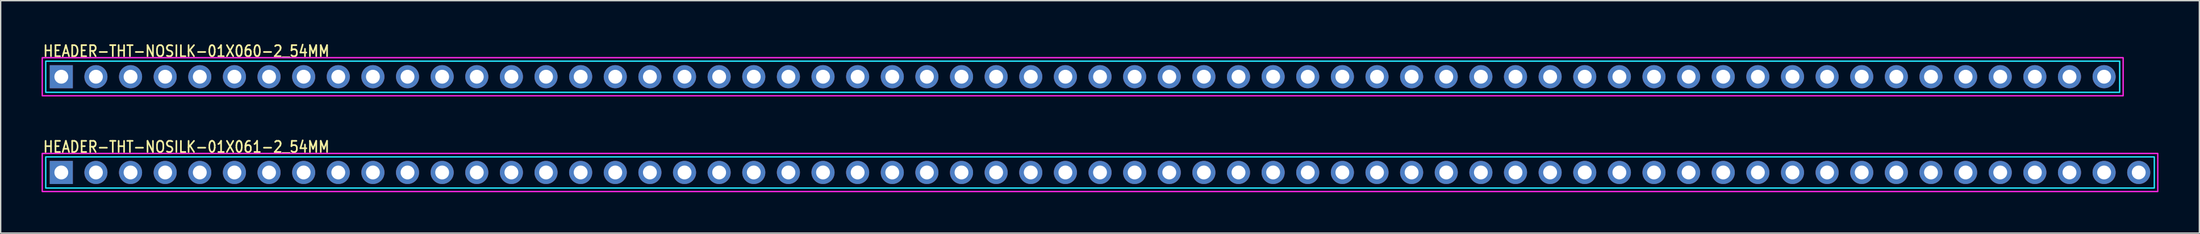
<source format=kicad_pcb>
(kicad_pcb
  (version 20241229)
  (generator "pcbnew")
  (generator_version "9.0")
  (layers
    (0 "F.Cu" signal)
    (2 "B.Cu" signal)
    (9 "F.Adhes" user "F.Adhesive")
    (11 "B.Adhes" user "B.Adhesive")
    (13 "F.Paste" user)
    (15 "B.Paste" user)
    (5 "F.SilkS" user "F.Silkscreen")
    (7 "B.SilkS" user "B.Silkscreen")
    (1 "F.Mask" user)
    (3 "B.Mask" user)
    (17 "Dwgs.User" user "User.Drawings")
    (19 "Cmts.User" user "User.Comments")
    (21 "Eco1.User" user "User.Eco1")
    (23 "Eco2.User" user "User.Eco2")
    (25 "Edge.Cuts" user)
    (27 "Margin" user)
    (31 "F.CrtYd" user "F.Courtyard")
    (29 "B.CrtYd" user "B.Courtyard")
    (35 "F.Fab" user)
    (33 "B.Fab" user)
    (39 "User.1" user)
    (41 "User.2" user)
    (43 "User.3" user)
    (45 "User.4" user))
  (footprint "HEADER-THT-NOSILK-01X061-2_54MM"
    (layer "F.Cu")
    (at 1.447 9.604)
    (property "Reference" "HEADER-THT-NOSILK-01X061-2_54MM" (at -1.4 -1.4 0) (unlocked yes) (layer "F.SilkS") (effects (font (size 0.813 0.695) (thickness 0.122)) (justify left bottom)))
    (fp_poly (pts (xy -1.143 -1.143) (xy 153.543 -1.143) (xy 153.543 1.143) (xy -1.143 1.143)) (stroke (width 0.1) (type solid)) (fill no) (layer "B.CrtYd"))
    (fp_poly (pts (xy -1.397 -1.397) (xy 153.797 -1.397) (xy 153.797 1.397) (xy -1.397 1.397)) (stroke (width 0.1) (type solid)) (fill no) (layer "F.CrtYd"))
    (pad "P$1" thru_hole rect (at 0 0) (size 1.693 1.693) (drill 1.016) (layers "*.Cu" "*.Mask"))
    (pad "P$2" thru_hole oval (at 2.54 0) (size 1.693 1.693) (drill 1.016) (layers "*.Cu" "*.Mask"))
    (pad "P$3" thru_hole oval (at 5.08 0) (size 1.693 1.693) (drill 1.016) (layers "*.Cu" "*.Mask"))
    (pad "P$4" thru_hole oval (at 7.62 0) (size 1.693 1.693) (drill 1.016) (layers "*.Cu" "*.Mask"))
    (pad "P$5" thru_hole oval (at 10.16 0) (size 1.693 1.693) (drill 1.016) (layers "*.Cu" "*.Mask"))
    (pad "P$6" thru_hole oval (at 12.7 0) (size 1.693 1.693) (drill 1.016) (layers "*.Cu" "*.Mask"))
    (pad "P$7" thru_hole oval (at 15.24 0) (size 1.693 1.693) (drill 1.016) (layers "*.Cu" "*.Mask"))
    (pad "P$8" thru_hole oval (at 17.78 0) (size 1.693 1.693) (drill 1.016) (layers "*.Cu" "*.Mask"))
    (pad "P$9" thru_hole oval (at 20.32 0) (size 1.693 1.693) (drill 1.016) (layers "*.Cu" "*.Mask"))
    (pad "P$10" thru_hole oval (at 22.86 0) (size 1.693 1.693) (drill 1.016) (layers "*.Cu" "*.Mask"))
    (pad "P$11" thru_hole oval (at 25.4 0) (size 1.693 1.693) (drill 1.016) (layers "*.Cu" "*.Mask"))
    (pad "P$12" thru_hole oval (at 27.94 0) (size 1.693 1.693) (drill 1.016) (layers "*.Cu" "*.Mask"))
    (pad "P$13" thru_hole oval (at 30.48 0) (size 1.693 1.693) (drill 1.016) (layers "*.Cu" "*.Mask"))
    (pad "P$14" thru_hole oval (at 33.02 0) (size 1.693 1.693) (drill 1.016) (layers "*.Cu" "*.Mask"))
    (pad "P$15" thru_hole oval (at 35.56 0) (size 1.693 1.693) (drill 1.016) (layers "*.Cu" "*.Mask"))
    (pad "P$16" thru_hole oval (at 38.1 0) (size 1.693 1.693) (drill 1.016) (layers "*.Cu" "*.Mask"))
    (pad "P$17" thru_hole oval (at 40.64 0) (size 1.693 1.693) (drill 1.016) (layers "*.Cu" "*.Mask"))
    (pad "P$18" thru_hole oval (at 43.18 0) (size 1.693 1.693) (drill 1.016) (layers "*.Cu" "*.Mask"))
    (pad "P$19" thru_hole oval (at 45.72 0) (size 1.693 1.693) (drill 1.016) (layers "*.Cu" "*.Mask"))
    (pad "P$20" thru_hole oval (at 48.26 0) (size 1.693 1.693) (drill 1.016) (layers "*.Cu" "*.Mask"))
    (pad "P$21" thru_hole oval (at 50.8 0) (size 1.693 1.693) (drill 1.016) (layers "*.Cu" "*.Mask"))
    (pad "P$22" thru_hole oval (at 53.34 0) (size 1.693 1.693) (drill 1.016) (layers "*.Cu" "*.Mask"))
    (pad "P$23" thru_hole oval (at 55.88 0) (size 1.693 1.693) (drill 1.016) (layers "*.Cu" "*.Mask"))
    (pad "P$24" thru_hole oval (at 58.42 0) (size 1.693 1.693) (drill 1.016) (layers "*.Cu" "*.Mask"))
    (pad "P$25" thru_hole oval (at 60.96 0) (size 1.693 1.693) (drill 1.016) (layers "*.Cu" "*.Mask"))
    (pad "P$26" thru_hole oval (at 63.5 0) (size 1.693 1.693) (drill 1.016) (layers "*.Cu" "*.Mask"))
    (pad "P$27" thru_hole oval (at 66.04 0) (size 1.693 1.693) (drill 1.016) (layers "*.Cu" "*.Mask"))
    (pad "P$28" thru_hole oval (at 68.58 0) (size 1.693 1.693) (drill 1.016) (layers "*.Cu" "*.Mask"))
    (pad "P$29" thru_hole oval (at 71.12 0) (size 1.693 1.693) (drill 1.016) (layers "*.Cu" "*.Mask"))
    (pad "P$30" thru_hole oval (at 73.66 0) (size 1.693 1.693) (drill 1.016) (layers "*.Cu" "*.Mask"))
    (pad "P$31" thru_hole oval (at 76.2 0) (size 1.693 1.693) (drill 1.016) (layers "*.Cu" "*.Mask"))
    (pad "P$32" thru_hole oval (at 78.74 0) (size 1.693 1.693) (drill 1.016) (layers "*.Cu" "*.Mask"))
    (pad "P$33" thru_hole oval (at 81.28 0) (size 1.693 1.693) (drill 1.016) (layers "*.Cu" "*.Mask"))
    (pad "P$34" thru_hole oval (at 83.82 0) (size 1.693 1.693) (drill 1.016) (layers "*.Cu" "*.Mask"))
    (pad "P$35" thru_hole oval (at 86.36 0) (size 1.693 1.693) (drill 1.016) (layers "*.Cu" "*.Mask"))
    (pad "P$36" thru_hole oval (at 88.9 0) (size 1.693 1.693) (drill 1.016) (layers "*.Cu" "*.Mask"))
    (pad "P$37" thru_hole oval (at 91.44 0) (size 1.693 1.693) (drill 1.016) (layers "*.Cu" "*.Mask"))
    (pad "P$38" thru_hole oval (at 93.98 0) (size 1.693 1.693) (drill 1.016) (layers "*.Cu" "*.Mask"))
    (pad "P$39" thru_hole oval (at 96.52 0) (size 1.693 1.693) (drill 1.016) (layers "*.Cu" "*.Mask"))
    (pad "P$40" thru_hole oval (at 99.06 0) (size 1.693 1.693) (drill 1.016) (layers "*.Cu" "*.Mask"))
    (pad "P$41" thru_hole oval (at 101.6 0) (size 1.693 1.693) (drill 1.016) (layers "*.Cu" "*.Mask"))
    (pad "P$42" thru_hole oval (at 104.14 0) (size 1.693 1.693) (drill 1.016) (layers "*.Cu" "*.Mask"))
    (pad "P$43" thru_hole oval (at 106.68 0) (size 1.693 1.693) (drill 1.016) (layers "*.Cu" "*.Mask"))
    (pad "P$44" thru_hole oval (at 109.22 0) (size 1.693 1.693) (drill 1.016) (layers "*.Cu" "*.Mask"))
    (pad "P$45" thru_hole oval (at 111.76 0) (size 1.693 1.693) (drill 1.016) (layers "*.Cu" "*.Mask"))
    (pad "P$46" thru_hole oval (at 114.3 0) (size 1.693 1.693) (drill 1.016) (layers "*.Cu" "*.Mask"))
    (pad "P$47" thru_hole oval (at 116.84 0) (size 1.693 1.693) (drill 1.016) (layers "*.Cu" "*.Mask"))
    (pad "P$48" thru_hole oval (at 119.38 0) (size 1.693 1.693) (drill 1.016) (layers "*.Cu" "*.Mask"))
    (pad "P$49" thru_hole oval (at 121.92 0) (size 1.693 1.693) (drill 1.016) (layers "*.Cu" "*.Mask"))
    (pad "P$50" thru_hole oval (at 124.46 0) (size 1.693 1.693) (drill 1.016) (layers "*.Cu" "*.Mask"))
    (pad "P$51" thru_hole oval (at 127 0) (size 1.693 1.693) (drill 1.016) (layers "*.Cu" "*.Mask"))
    (pad "P$52" thru_hole oval (at 129.54 0) (size 1.693 1.693) (drill 1.016) (layers "*.Cu" "*.Mask"))
    (pad "P$53" thru_hole oval (at 132.08 0) (size 1.693 1.693) (drill 1.016) (layers "*.Cu" "*.Mask"))
    (pad "P$54" thru_hole oval (at 134.62 0) (size 1.693 1.693) (drill 1.016) (layers "*.Cu" "*.Mask"))
    (pad "P$55" thru_hole oval (at 137.16 0) (size 1.693 1.693) (drill 1.016) (layers "*.Cu" "*.Mask"))
    (pad "P$56" thru_hole oval (at 139.7 0) (size 1.693 1.693) (drill 1.016) (layers "*.Cu" "*.Mask"))
    (pad "P$57" thru_hole oval (at 142.24 0) (size 1.693 1.693) (drill 1.016) (layers "*.Cu" "*.Mask"))
    (pad "P$58" thru_hole oval (at 144.78 0) (size 1.693 1.693) (drill 1.016) (layers "*.Cu" "*.Mask"))
    (pad "P$59" thru_hole oval (at 147.32 0) (size 1.693 1.693) (drill 1.016) (layers "*.Cu" "*.Mask"))
    (pad "P$60" thru_hole oval (at 149.86 0) (size 1.693 1.693) (drill 1.016) (layers "*.Cu" "*.Mask"))
    (pad "P$61" thru_hole oval (at 152.4 0) (size 1.693 1.693) (drill 1.016) (layers "*.Cu" "*.Mask")))
  (footprint "HEADER-THT-NOSILK-01X060-2_54MM"
    (layer "F.Cu")
    (at 1.447 2.579)
    (property "Reference" "HEADER-THT-NOSILK-01X060-2_54MM" (at -1.4 -1.4 0) (unlocked yes) (layer "F.SilkS") (effects (font (size 0.813 0.695) (thickness 0.122)) (justify left bottom)))
    (fp_poly (pts (xy -1.143 -1.143) (xy 151.003 -1.143) (xy 151.003 1.143) (xy -1.143 1.143)) (stroke (width 0.1) (type solid)) (fill no) (layer "B.CrtYd"))
    (fp_poly (pts (xy -1.397 -1.397) (xy 151.257 -1.397) (xy 151.257 1.397) (xy -1.397 1.397)) (stroke (width 0.1) (type solid)) (fill no) (layer "F.CrtYd"))
    (pad "P$1" thru_hole rect (at 0 0) (size 1.693 1.693) (drill 1.016) (layers "*.Cu" "*.Mask"))
    (pad "P$2" thru_hole oval (at 2.54 0) (size 1.693 1.693) (drill 1.016) (layers "*.Cu" "*.Mask"))
    (pad "P$3" thru_hole oval (at 5.08 0) (size 1.693 1.693) (drill 1.016) (layers "*.Cu" "*.Mask"))
    (pad "P$4" thru_hole oval (at 7.62 0) (size 1.693 1.693) (drill 1.016) (layers "*.Cu" "*.Mask"))
    (pad "P$5" thru_hole oval (at 10.16 0) (size 1.693 1.693) (drill 1.016) (layers "*.Cu" "*.Mask"))
    (pad "P$6" thru_hole oval (at 12.7 0) (size 1.693 1.693) (drill 1.016) (layers "*.Cu" "*.Mask"))
    (pad "P$7" thru_hole oval (at 15.24 0) (size 1.693 1.693) (drill 1.016) (layers "*.Cu" "*.Mask"))
    (pad "P$8" thru_hole oval (at 17.78 0) (size 1.693 1.693) (drill 1.016) (layers "*.Cu" "*.Mask"))
    (pad "P$9" thru_hole oval (at 20.32 0) (size 1.693 1.693) (drill 1.016) (layers "*.Cu" "*.Mask"))
    (pad "P$10" thru_hole oval (at 22.86 0) (size 1.693 1.693) (drill 1.016) (layers "*.Cu" "*.Mask"))
    (pad "P$11" thru_hole oval (at 25.4 0) (size 1.693 1.693) (drill 1.016) (layers "*.Cu" "*.Mask"))
    (pad "P$12" thru_hole oval (at 27.94 0) (size 1.693 1.693) (drill 1.016) (layers "*.Cu" "*.Mask"))
    (pad "P$13" thru_hole oval (at 30.48 0) (size 1.693 1.693) (drill 1.016) (layers "*.Cu" "*.Mask"))
    (pad "P$14" thru_hole oval (at 33.02 0) (size 1.693 1.693) (drill 1.016) (layers "*.Cu" "*.Mask"))
    (pad "P$15" thru_hole oval (at 35.56 0) (size 1.693 1.693) (drill 1.016) (layers "*.Cu" "*.Mask"))
    (pad "P$16" thru_hole oval (at 38.1 0) (size 1.693 1.693) (drill 1.016) (layers "*.Cu" "*.Mask"))
    (pad "P$17" thru_hole oval (at 40.64 0) (size 1.693 1.693) (drill 1.016) (layers "*.Cu" "*.Mask"))
    (pad "P$18" thru_hole oval (at 43.18 0) (size 1.693 1.693) (drill 1.016) (layers "*.Cu" "*.Mask"))
    (pad "P$19" thru_hole oval (at 45.72 0) (size 1.693 1.693) (drill 1.016) (layers "*.Cu" "*.Mask"))
    (pad "P$20" thru_hole oval (at 48.26 0) (size 1.693 1.693) (drill 1.016) (layers "*.Cu" "*.Mask"))
    (pad "P$21" thru_hole oval (at 50.8 0) (size 1.693 1.693) (drill 1.016) (layers "*.Cu" "*.Mask"))
    (pad "P$22" thru_hole oval (at 53.34 0) (size 1.693 1.693) (drill 1.016) (layers "*.Cu" "*.Mask"))
    (pad "P$23" thru_hole oval (at 55.88 0) (size 1.693 1.693) (drill 1.016) (layers "*.Cu" "*.Mask"))
    (pad "P$24" thru_hole oval (at 58.42 0) (size 1.693 1.693) (drill 1.016) (layers "*.Cu" "*.Mask"))
    (pad "P$25" thru_hole oval (at 60.96 0) (size 1.693 1.693) (drill 1.016) (layers "*.Cu" "*.Mask"))
    (pad "P$26" thru_hole oval (at 63.5 0) (size 1.693 1.693) (drill 1.016) (layers "*.Cu" "*.Mask"))
    (pad "P$27" thru_hole oval (at 66.04 0) (size 1.693 1.693) (drill 1.016) (layers "*.Cu" "*.Mask"))
    (pad "P$28" thru_hole oval (at 68.58 0) (size 1.693 1.693) (drill 1.016) (layers "*.Cu" "*.Mask"))
    (pad "P$29" thru_hole oval (at 71.12 0) (size 1.693 1.693) (drill 1.016) (layers "*.Cu" "*.Mask"))
    (pad "P$30" thru_hole oval (at 73.66 0) (size 1.693 1.693) (drill 1.016) (layers "*.Cu" "*.Mask"))
    (pad "P$31" thru_hole oval (at 76.2 0) (size 1.693 1.693) (drill 1.016) (layers "*.Cu" "*.Mask"))
    (pad "P$32" thru_hole oval (at 78.74 0) (size 1.693 1.693) (drill 1.016) (layers "*.Cu" "*.Mask"))
    (pad "P$33" thru_hole oval (at 81.28 0) (size 1.693 1.693) (drill 1.016) (layers "*.Cu" "*.Mask"))
    (pad "P$34" thru_hole oval (at 83.82 0) (size 1.693 1.693) (drill 1.016) (layers "*.Cu" "*.Mask"))
    (pad "P$35" thru_hole oval (at 86.36 0) (size 1.693 1.693) (drill 1.016) (layers "*.Cu" "*.Mask"))
    (pad "P$36" thru_hole oval (at 88.9 0) (size 1.693 1.693) (drill 1.016) (layers "*.Cu" "*.Mask"))
    (pad "P$37" thru_hole oval (at 91.44 0) (size 1.693 1.693) (drill 1.016) (layers "*.Cu" "*.Mask"))
    (pad "P$38" thru_hole oval (at 93.98 0) (size 1.693 1.693) (drill 1.016) (layers "*.Cu" "*.Mask"))
    (pad "P$39" thru_hole oval (at 96.52 0) (size 1.693 1.693) (drill 1.016) (layers "*.Cu" "*.Mask"))
    (pad "P$40" thru_hole oval (at 99.06 0) (size 1.693 1.693) (drill 1.016) (layers "*.Cu" "*.Mask"))
    (pad "P$41" thru_hole oval (at 101.6 0) (size 1.693 1.693) (drill 1.016) (layers "*.Cu" "*.Mask"))
    (pad "P$42" thru_hole oval (at 104.14 0) (size 1.693 1.693) (drill 1.016) (layers "*.Cu" "*.Mask"))
    (pad "P$43" thru_hole oval (at 106.68 0) (size 1.693 1.693) (drill 1.016) (layers "*.Cu" "*.Mask"))
    (pad "P$44" thru_hole oval (at 109.22 0) (size 1.693 1.693) (drill 1.016) (layers "*.Cu" "*.Mask"))
    (pad "P$45" thru_hole oval (at 111.76 0) (size 1.693 1.693) (drill 1.016) (layers "*.Cu" "*.Mask"))
    (pad "P$46" thru_hole oval (at 114.3 0) (size 1.693 1.693) (drill 1.016) (layers "*.Cu" "*.Mask"))
    (pad "P$47" thru_hole oval (at 116.84 0) (size 1.693 1.693) (drill 1.016) (layers "*.Cu" "*.Mask"))
    (pad "P$48" thru_hole oval (at 119.38 0) (size 1.693 1.693) (drill 1.016) (layers "*.Cu" "*.Mask"))
    (pad "P$49" thru_hole oval (at 121.92 0) (size 1.693 1.693) (drill 1.016) (layers "*.Cu" "*.Mask"))
    (pad "P$50" thru_hole oval (at 124.46 0) (size 1.693 1.693) (drill 1.016) (layers "*.Cu" "*.Mask"))
    (pad "P$51" thru_hole oval (at 127 0) (size 1.693 1.693) (drill 1.016) (layers "*.Cu" "*.Mask"))
    (pad "P$52" thru_hole oval (at 129.54 0) (size 1.693 1.693) (drill 1.016) (layers "*.Cu" "*.Mask"))
    (pad "P$53" thru_hole oval (at 132.08 0) (size 1.693 1.693) (drill 1.016) (layers "*.Cu" "*.Mask"))
    (pad "P$54" thru_hole oval (at 134.62 0) (size 1.693 1.693) (drill 1.016) (layers "*.Cu" "*.Mask"))
    (pad "P$55" thru_hole oval (at 137.16 0) (size 1.693 1.693) (drill 1.016) (layers "*.Cu" "*.Mask"))
    (pad "P$56" thru_hole oval (at 139.7 0) (size 1.693 1.693) (drill 1.016) (layers "*.Cu" "*.Mask"))
    (pad "P$57" thru_hole oval (at 142.24 0) (size 1.693 1.693) (drill 1.016) (layers "*.Cu" "*.Mask"))
    (pad "P$58" thru_hole oval (at 144.78 0) (size 1.693 1.693) (drill 1.016) (layers "*.Cu" "*.Mask"))
    (pad "P$59" thru_hole oval (at 147.32 0) (size 1.693 1.693) (drill 1.016) (layers "*.Cu" "*.Mask"))
    (pad "P$60" thru_hole oval (at 149.86 0) (size 1.693 1.693) (drill 1.016) (layers "*.Cu" "*.Mask")))
  (gr_rect
    (start -3 -3)
    (end 158.294 14.051)
    (stroke (width 0.1) (type default))
    (fill no)
    (layer "Edge.Cuts")))
</source>
